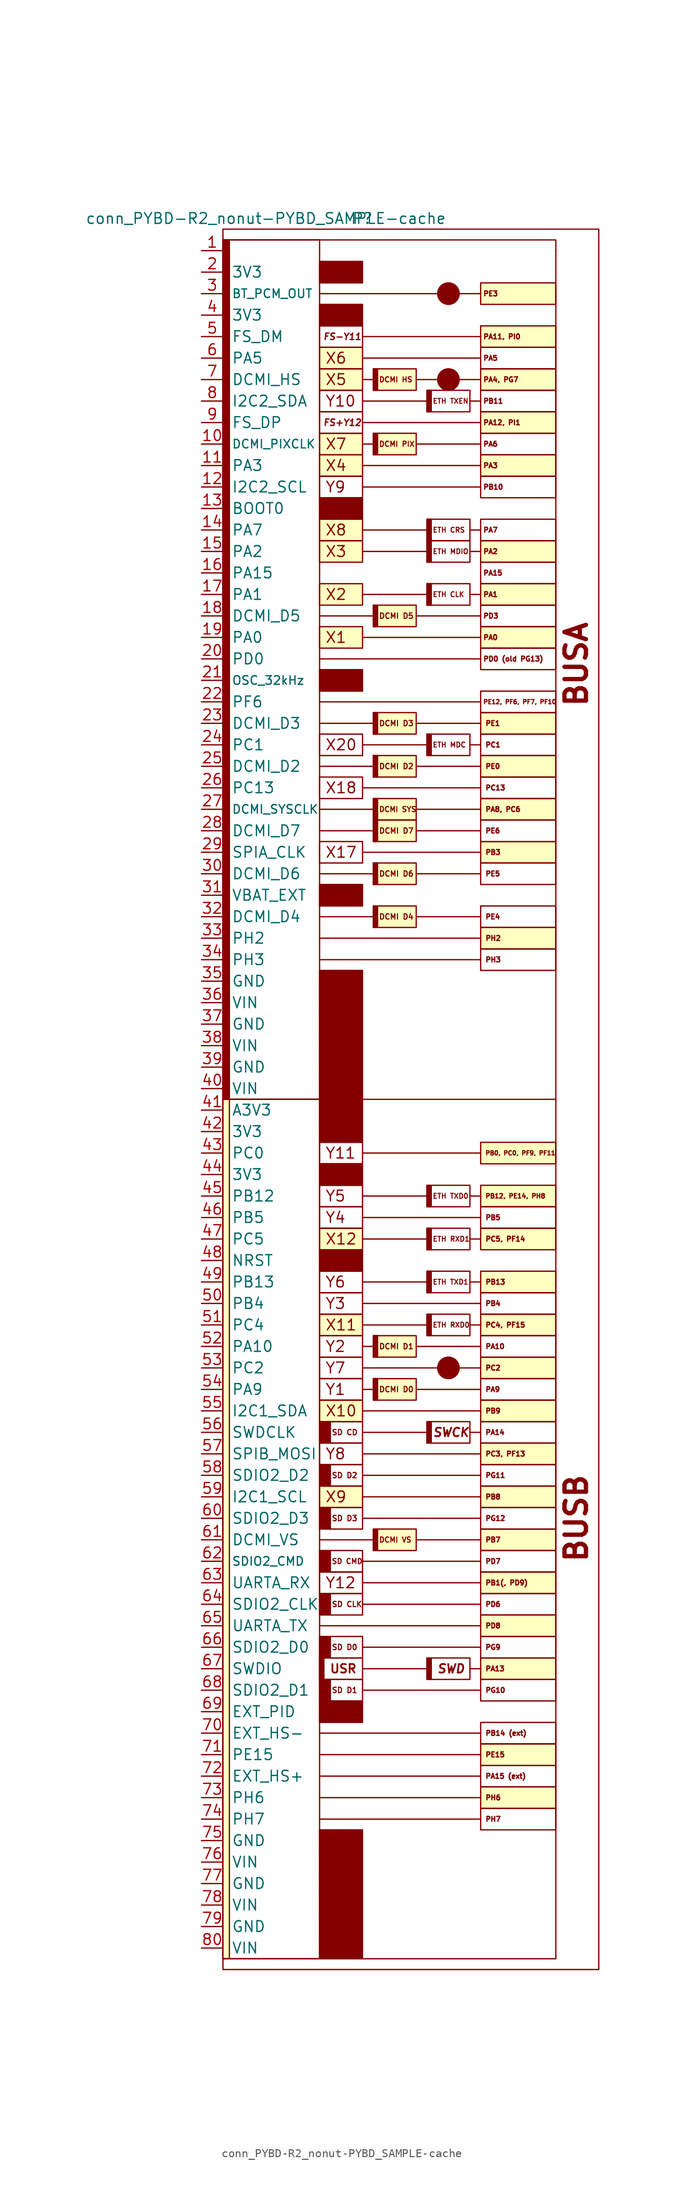
<source format=kicad_sym>
(kicad_symbol_lib
  (version 20220914)
  (generator kicad_symbol_editor)
  (symbol "conn_PYBD-R2_nonut-PYBD_SAMPLE-cache"
    (pin_names
      (offset 1.016))
    (property "Reference" "P"
      (at 5.08 104.14 0)
      (effects (font (size 1.27 1.27))))
    (property "Value" "conn_PYBD-R2_nonut-PYBD_SAMPLE-cache"
      (at -6.35 104.14 0)
      (effects (font (size 1.27 1.27))))
    (symbol "conn_PYBD-R2_nonut-PYBD_SAMPLE-cache_0_0"
      (polyline (pts (xy -11.43 -101.6) (xy 26.67 -101.6)) (stroke (width 0) (type solid)) (fill (type none)))
      (polyline (pts (xy 5.08 29.21) (xy 19.05 29.21)) (stroke (width 0) (type solid)) (fill (type none)))
      (polyline (pts (xy 5.08 36.83) (xy 19.05 36.83)) (stroke (width 0) (type solid)) (fill (type none)))
      (polyline (pts (xy 5.08 41.91) (xy 12.7 41.91)) (stroke (width 0) (type solid)) (fill (type none)))
      (polyline (pts (xy 26.67 0) (xy -11.43 0)) (stroke (width 0) (type solid)) (fill (type none)))
      (polyline (pts (xy 27.94 100.33) (xy 27.94 0)) (stroke (width 0) (type solid)) (fill (type none)))
      (polyline (pts (xy -11.43 101.6) (xy 27.94 101.6) (xy 27.94 100.33)) (stroke (width 0) (type solid)) (fill (type none)))
      (rectangle (start 0 30.48) (end 5.08 27.94) (stroke (width 0) (type solid)) (fill (type none)))
      (rectangle (start 0 38.1) (end 5.08 35.56) (stroke (width 0) (type solid)) (fill (type none)))
      (rectangle (start 0 43.18) (end 5.08 40.64) (stroke (width 0) (type solid)) (fill (type none)))
      (rectangle (start 1.27 -43.18) (end 5.08 -45.72) (stroke (width 0) (type solid)) (fill (type none)))
      (text "DCMI D0" (at 6.985 -34.29 0) (effects (font (size 0.635 0.635) bold) (justify left)))
      (text "FS+Y12" (at 0.381 80.01 0) (effects (font (size 0.762 0.762) italic) (justify left)))
      (text "FS-Y11" (at 0.381 90.17 0) (effects (font (size 0.762 0.762) italic) (justify left)))
      (text "SD D2" (at 1.397 -44.45 0) (effects (font (size 0.635 0.635) bold) (justify left)))
      (text "X1" (at 0.635 54.61 0) (effects (font (size 1.27 1.27)) (justify left)))
      (text "X10" (at 0.635 -36.83 0) (effects (font (size 1.27 1.27)) (justify left)))
      (text "X11" (at 0.635 -26.67 0) (effects (font (size 1.27 1.27)) (justify left)))
      (text "X12" (at 0.635 -16.51 0) (effects (font (size 1.27 1.27)) (justify left)))
      (text "X17" (at 0.635 29.21 0) (effects (font (size 1.27 1.27)) (justify left)))
      (text "X18" (at 0.635 36.83 0) (effects (font (size 1.27 1.27)) (justify left)))
      (text "X2" (at 0.635 59.69 0) (effects (font (size 1.27 1.27)) (justify left)))
      (text "X20" (at 0.635 41.91 0) (effects (font (size 1.27 1.27)) (justify left)))
      (text "X3" (at 0.635 64.77 0) (effects (font (size 1.27 1.27)) (justify left)))
      (text "X4" (at 0.635 74.93 0) (effects (font (size 1.27 1.27)) (justify left)))
      (text "X5" (at 0.635 85.09 0) (effects (font (size 1.27 1.27)) (justify left)))
      (text "X6" (at 0.635 87.63 0) (effects (font (size 1.27 1.27)) (justify left)))
      (text "X7" (at 0.635 77.47 0) (effects (font (size 1.27 1.27)) (justify left)))
      (text "X8" (at 0.635 67.31 0) (effects (font (size 1.27 1.27)) (justify left)))
      (text "X9" (at 0.635 -46.99 0) (effects (font (size 1.27 1.27)) (justify left)))
      (text "Y1" (at 0.635 -34.29 0) (effects (font (size 1.27 1.27)) (justify left)))
      (text "Y10" (at 0.635 82.55 0) (effects (font (size 1.27 1.27)) (justify left)))
      (text "Y11" (at 0.635 -6.35 0) (effects (font (size 1.27 1.27)) (justify left)))
      (text "Y12" (at 0.635 -57.15 0) (effects (font (size 1.27 1.27)) (justify left)))
      (text "Y2" (at 0.635 -29.21 0) (effects (font (size 1.27 1.27)) (justify left)))
      (text "Y3" (at 0.635 -24.13 0) (effects (font (size 1.27 1.27)) (justify left)))
      (text "Y4" (at 0.635 -13.97 0) (effects (font (size 1.27 1.27)) (justify left)))
      (text "Y5" (at 0.635 -11.43 0) (effects (font (size 1.27 1.27)) (justify left)))
      (text "Y6" (at 0.635 -21.59 0) (effects (font (size 1.27 1.27)) (justify left)))
      (text "Y7" (at 0.635 -31.75 0) (effects (font (size 1.27 1.27)) (justify left)))
      (text "Y8" (at 0.635 -41.91 0) (effects (font (size 1.27 1.27)) (justify left)))
      (text "Y9" (at 0.635 72.39 0) (effects (font (size 1.27 1.27)) (justify left))))
    (symbol "conn_PYBD-R2_nonut-PYBD_SAMPLE-cache_0_1"
      (rectangle (start 5.08 -58.42) (end 0 -55.88) (stroke (width 0) (type solid)) (fill (type none)))
      (rectangle (start 5.08 -48.26) (end 0 -45.72) (stroke (width 0) (type solid)) (fill (type background)))
      (rectangle (start 5.08 -43.18) (end 0 -40.64) (stroke (width 0) (type solid)) (fill (type none)))
      (rectangle (start 5.08 -38.1) (end 0 -35.56) (stroke (width 0) (type solid)) (fill (type background)))
      (rectangle (start 5.08 -35.56) (end 0 -33.02) (stroke (width 0) (type solid)) (fill (type none)))
      (rectangle (start 5.08 -33.02) (end 0 -30.48) (stroke (width 0) (type solid)) (fill (type none)))
      (rectangle (start 5.08 -30.48) (end 0 -27.94) (stroke (width 0) (type solid)) (fill (type none)))
      (rectangle (start 5.08 -27.94) (end 0 -25.4) (stroke (width 0) (type solid)) (fill (type background)))
      (rectangle (start 5.08 -25.4) (end 0 -22.86) (stroke (width 0) (type solid)) (fill (type none)))
      (rectangle (start 5.08 -22.86) (end 0 -20.32) (stroke (width 0) (type solid)) (fill (type none)))
      (rectangle (start 5.08 -17.78) (end 0 -15.24) (stroke (width 0) (type solid)) (fill (type background)))
      (rectangle (start 5.08 -15.24) (end 0 -12.7) (stroke (width 0) (type solid)) (fill (type none)))
      (rectangle (start 5.08 -12.7) (end 0 -10.16) (stroke (width 0) (type solid)) (fill (type none)))
      (rectangle (start 5.08 -7.62) (end 0 -5.08) (stroke (width 0) (type solid)) (fill (type none)))
      (rectangle (start 5.08 12.7) (end 0 15.24) (stroke (width 0) (type solid)) (fill (type outline)))
      (rectangle (start 5.08 22.86) (end 0 25.4) (stroke (width 0) (type solid)) (fill (type outline)))
      (rectangle (start 5.08 48.26) (end 0 50.8) (stroke (width 0) (type solid)) (fill (type outline)))
      (rectangle (start 5.08 58.42) (end 0 60.96) (stroke (width 0) (type solid)) (fill (type background)))
      (rectangle (start 5.08 63.5) (end 0 66.04) (stroke (width 0) (type solid)) (fill (type background)))
      (rectangle (start 5.08 66.04) (end 0 68.58) (stroke (width 0) (type solid)) (fill (type background)))
      (rectangle (start 5.08 68.58) (end 0 71.12) (stroke (width 0) (type solid)) (fill (type outline)))
      (rectangle (start 5.08 71.12) (end 0 73.66) (stroke (width 0) (type solid)) (fill (type none)))
      (rectangle (start 5.08 73.66) (end 0 76.2) (stroke (width 0) (type solid)) (fill (type background)))
      (rectangle (start 5.08 76.2) (end 0 78.74) (stroke (width 0) (type solid)) (fill (type background)))
      (rectangle (start 5.08 78.74) (end 0 81.28) (stroke (width 0) (type solid)) (fill (type none)))
      (rectangle (start 5.08 81.28) (end 0 83.82) (stroke (width 0) (type solid)) (fill (type none)))
      (rectangle (start 5.08 83.82) (end 0 86.36) (stroke (width 0) (type solid)) (fill (type background)))
      (rectangle (start 5.08 86.36) (end 0 88.9) (stroke (width 0) (type solid)) (fill (type background)))
      (rectangle (start 5.08 88.9) (end 0 91.44) (stroke (width 0) (type solid)) (fill (type none)))
      (rectangle (start 5.08 91.44) (end 0 93.98) (stroke (width 0) (type solid)) (fill (type outline)))
      (rectangle (start 5.08 96.52) (end 0 99.06) (stroke (width 0) (type solid)) (fill (type outline)))
      (rectangle (start 11.43 -35.56) (end 6.35 -33.02) (stroke (width 0) (type solid)) (fill (type background))))
    (symbol "conn_PYBD-R2_nonut-PYBD_SAMPLE-cache_1_0"
      (rectangle (start -11.43 0) (end -10.668 -101.6) (stroke (width 0) (type solid)) (fill (type background)))
      (rectangle (start -11.43 101.6) (end -10.668 0) (stroke (width 0) (type solid)) (fill (type outline)))
      (rectangle (start -11.43 101.6) (end 0 0) (stroke (width 0) (type solid)) (fill (type none)))
      (rectangle (start 0 -66.04) (end 0.508 -68.58) (stroke (width 0) (type solid)) (fill (type outline)))
      (rectangle (start 0 0) (end -11.43 -101.6) (stroke (width 0) (type solid)) (fill (type none)))
      (polyline (pts (xy 0 -82.55) (xy 19.05 -82.55)) (stroke (width 0) (type solid)) (fill (type none)))
      (polyline (pts (xy 0 -52.07) (xy 6.35 -52.07)) (stroke (width 0) (type solid)) (fill (type none)))
      (polyline (pts (xy 0 19.05) (xy 19.05 19.05)) (stroke (width 0) (type solid)) (fill (type none)))
      (polyline (pts (xy 0 34.29) (xy 6.35 34.29)) (stroke (width 0) (type solid)) (fill (type none)))
      (polyline (pts (xy 0 39.37) (xy 6.35 39.37)) (stroke (width 0) (type solid)) (fill (type none)))
      (polyline (pts (xy 0 44.45) (xy 6.35 44.45)) (stroke (width 0) (type solid)) (fill (type none)))
      (polyline (pts (xy 0 52.07) (xy 19.05 52.07)) (stroke (width 0) (type solid)) (fill (type none)))
      (polyline (pts (xy 0 95.25) (xy 19.05 95.25)) (stroke (width 0) (type solid)) (fill (type none)))
      (polyline (pts (xy 5.08 -69.85) (xy 19.05 -69.85)) (stroke (width 0) (type solid)) (fill (type none)))
      (polyline (pts (xy 5.08 -64.77) (xy 19.05 -64.77)) (stroke (width 0) (type solid)) (fill (type none)))
      (polyline (pts (xy 5.08 -57.15) (xy 19.05 -57.15)) (stroke (width 0) (type solid)) (fill (type none)))
      (polyline (pts (xy 5.08 -54.61) (xy 19.05 -54.61)) (stroke (width 0) (type solid)) (fill (type none)))
      (polyline (pts (xy 5.08 -46.99) (xy 19.05 -46.99)) (stroke (width 0) (type solid)) (fill (type none)))
      (polyline (pts (xy 5.08 -41.91) (xy 19.05 -41.91)) (stroke (width 0) (type solid)) (fill (type none)))
      (polyline (pts (xy 5.08 -36.83) (xy 19.05 -36.83)) (stroke (width 0) (type solid)) (fill (type none)))
      (polyline (pts (xy 5.08 -31.75) (xy 19.05 -31.75)) (stroke (width 0) (type solid)) (fill (type none)))
      (polyline (pts (xy 5.08 -26.67) (xy 12.7 -26.67)) (stroke (width 0) (type solid)) (fill (type none)))
      (polyline (pts (xy 5.08 -21.59) (xy 12.7 -21.59)) (stroke (width 0) (type solid)) (fill (type none)))
      (polyline (pts (xy 5.08 -13.97) (xy 19.05 -13.97)) (stroke (width 0) (type solid)) (fill (type none)))
      (polyline (pts (xy 5.08 -6.35) (xy 19.05 -6.35)) (stroke (width 0) (type solid)) (fill (type none)))
      (polyline (pts (xy 5.08 59.69) (xy 12.7 59.69)) (stroke (width 0) (type solid)) (fill (type none)))
      (polyline (pts (xy 5.08 67.31) (xy 12.7 67.31)) (stroke (width 0) (type solid)) (fill (type none)))
      (polyline (pts (xy 5.08 72.39) (xy 19.05 72.39)) (stroke (width 0) (type solid)) (fill (type none)))
      (polyline (pts (xy 5.08 77.47) (xy 6.35 77.47)) (stroke (width 0) (type solid)) (fill (type none)))
      (polyline (pts (xy 5.08 80.01) (xy 19.05 80.01)) (stroke (width 0) (type solid)) (fill (type none)))
      (polyline (pts (xy 5.08 85.09) (xy 6.35 85.09)) (stroke (width 0) (type solid)) (fill (type none)))
      (polyline (pts (xy 5.08 87.63) (xy 19.05 87.63)) (stroke (width 0) (type solid)) (fill (type none)))
      (polyline (pts (xy 5.08 90.17) (xy 19.05 90.17)) (stroke (width 0) (type solid)) (fill (type none)))
      (polyline (pts (xy 6.35 -34.29) (xy 5.08 -34.29)) (stroke (width 0) (type solid)) (fill (type none)))
      (polyline (pts (xy 6.35 -29.21) (xy 5.08 -29.21)) (stroke (width 0) (type solid)) (fill (type none)))
      (polyline (pts (xy 6.35 21.59) (xy 0 21.59)) (stroke (width 0) (type solid)) (fill (type none)))
      (polyline (pts (xy 6.35 26.67) (xy 0 26.67)) (stroke (width 0) (type solid)) (fill (type none)))
      (polyline (pts (xy 6.35 31.75) (xy 0 31.75)) (stroke (width 0) (type solid)) (fill (type none)))
      (polyline (pts (xy 6.35 57.15) (xy 0 57.15)) (stroke (width 0) (type solid)) (fill (type none)))
      (polyline (pts (xy 11.43 -52.07) (xy 19.05 -52.07)) (stroke (width 0) (type solid)) (fill (type none)))
      (polyline (pts (xy 11.43 34.29) (xy 19.05 34.29)) (stroke (width 0) (type solid)) (fill (type none)))
      (polyline (pts (xy 11.43 39.37) (xy 19.05 39.37)) (stroke (width 0) (type solid)) (fill (type none)))
      (polyline (pts (xy 11.43 44.45) (xy 19.05 44.45)) (stroke (width 0) (type solid)) (fill (type none)))
      (polyline (pts (xy 11.43 77.47) (xy 19.05 77.47)) (stroke (width 0) (type solid)) (fill (type none)))
      (polyline (pts (xy 11.43 85.09) (xy 19.05 85.09)) (stroke (width 0) (type solid)) (fill (type none)))
      (polyline (pts (xy 12.7 -67.31) (xy 5.08 -67.31)) (stroke (width 0) (type solid)) (fill (type none)))
      (polyline (pts (xy 12.7 -39.37) (xy 5.08 -39.37)) (stroke (width 0) (type solid)) (fill (type none)))
      (polyline (pts (xy 12.7 -16.51) (xy 5.08 -16.51)) (stroke (width 0) (type solid)) (fill (type none)))
      (polyline (pts (xy 12.7 -11.43) (xy 5.08 -11.43)) (stroke (width 0) (type solid)) (fill (type none)))
      (polyline (pts (xy 12.7 64.77) (xy 5.08 64.77)) (stroke (width 0) (type solid)) (fill (type none)))
      (polyline (pts (xy 12.7 82.55) (xy 5.08 82.55)) (stroke (width 0) (type solid)) (fill (type none)))
      (polyline (pts (xy 17.78 -26.67) (xy 19.05 -26.67)) (stroke (width 0) (type solid)) (fill (type none)))
      (polyline (pts (xy 17.78 -21.59) (xy 19.05 -21.59)) (stroke (width 0) (type solid)) (fill (type none)))
      (polyline (pts (xy 17.78 64.77) (xy 19.05 64.77)) (stroke (width 0) (type solid)) (fill (type none)))
      (polyline (pts (xy 19.05 -85.09) (xy 0 -85.09)) (stroke (width 0) (type solid)) (fill (type none)))
      (polyline (pts (xy 19.05 -80.01) (xy 0 -80.01)) (stroke (width 0) (type solid)) (fill (type none)))
      (polyline (pts (xy 19.05 -77.47) (xy 0 -77.47)) (stroke (width 0) (type solid)) (fill (type none)))
      (polyline (pts (xy 19.05 -74.93) (xy 0 -74.93)) (stroke (width 0) (type solid)) (fill (type none)))
      (polyline (pts (xy 19.05 -67.31) (xy 17.78 -67.31)) (stroke (width 0) (type solid)) (fill (type none)))
      (polyline (pts (xy 19.05 -62.23) (xy 0 -62.23)) (stroke (width 0) (type solid)) (fill (type none)))
      (polyline (pts (xy 19.05 -59.69) (xy 5.08 -59.69)) (stroke (width 0) (type solid)) (fill (type none)))
      (polyline (pts (xy 19.05 -49.53) (xy 5.08 -49.53)) (stroke (width 0) (type solid)) (fill (type none)))
      (polyline (pts (xy 19.05 -44.45) (xy 5.08 -44.45)) (stroke (width 0) (type solid)) (fill (type none)))
      (polyline (pts (xy 19.05 -39.37) (xy 17.78 -39.37)) (stroke (width 0) (type solid)) (fill (type none)))
      (polyline (pts (xy 19.05 -34.29) (xy 11.43 -34.29)) (stroke (width 0) (type solid)) (fill (type none)))
      (polyline (pts (xy 19.05 -29.21) (xy 11.43 -29.21)) (stroke (width 0) (type solid)) (fill (type none)))
      (polyline (pts (xy 19.05 -24.13) (xy 5.08 -24.13)) (stroke (width 0) (type solid)) (fill (type none)))
      (polyline (pts (xy 19.05 -16.51) (xy 17.78 -16.51)) (stroke (width 0) (type solid)) (fill (type none)))
      (polyline (pts (xy 19.05 -11.43) (xy 17.78 -11.43)) (stroke (width 0) (type solid)) (fill (type none)))
      (polyline (pts (xy 19.05 16.51) (xy 0 16.51)) (stroke (width 0) (type solid)) (fill (type none)))
      (polyline (pts (xy 19.05 21.59) (xy 11.43 21.59)) (stroke (width 0) (type solid)) (fill (type none)))
      (polyline (pts (xy 19.05 26.67) (xy 11.43 26.67)) (stroke (width 0) (type solid)) (fill (type none)))
      (polyline (pts (xy 19.05 31.75) (xy 11.43 31.75)) (stroke (width 0) (type solid)) (fill (type none)))
      (polyline (pts (xy 19.05 41.91) (xy 17.78 41.91)) (stroke (width 0) (type solid)) (fill (type none)))
      (polyline (pts (xy 19.05 46.99) (xy 0 46.99)) (stroke (width 0) (type solid)) (fill (type none)))
      (polyline (pts (xy 19.05 54.61) (xy 5.08 54.61)) (stroke (width 0) (type solid)) (fill (type none)))
      (polyline (pts (xy 19.05 57.15) (xy 11.43 57.15)) (stroke (width 0) (type solid)) (fill (type none)))
      (polyline (pts (xy 19.05 59.69) (xy 17.78 59.69)) (stroke (width 0) (type solid)) (fill (type none)))
      (polyline (pts (xy 19.05 67.31) (xy 17.78 67.31)) (stroke (width 0) (type solid)) (fill (type none)))
      (polyline (pts (xy 19.05 74.93) (xy 5.08 74.93)) (stroke (width 0) (type solid)) (fill (type none)))
      (polyline (pts (xy 19.05 82.55) (xy 17.78 82.55)) (stroke (width 0) (type solid)) (fill (type none)))
      (rectangle (start 0 55.88) (end 5.08 53.34) (stroke (width 0) (type solid)) (fill (type background)))
      (rectangle (start 1.27 -68.58) (end 5.08 -71.12) (stroke (width 0) (type solid)) (fill (type none)))
      (rectangle (start 1.27 -63.5) (end 5.08 -66.04) (stroke (width 0) (type solid)) (fill (type none)))
      (rectangle (start 1.27 -58.42) (end 5.08 -60.96) (stroke (width 0) (type solid)) (fill (type none)))
      (rectangle (start 1.27 -53.34) (end 5.08 -55.88) (stroke (width 0) (type solid)) (fill (type none)))
      (rectangle (start 1.27 -48.26) (end 5.08 -50.8) (stroke (width 0) (type solid)) (fill (type none)))
      (rectangle (start 1.27 -38.1) (end 5.08 -40.64) (stroke (width 0) (type solid)) (fill (type none)))
      (rectangle (start 6.35 -50.8) (end 6.858 -53.34) (stroke (width 0) (type solid)) (fill (type outline)))
      (rectangle (start 6.35 -33.02) (end 6.858 -35.56) (stroke (width 0) (type solid)) (fill (type outline)))
      (rectangle (start 6.35 -27.94) (end 6.858 -30.48) (stroke (width 0) (type solid)) (fill (type outline)))
      (rectangle (start 6.35 22.86) (end 6.858 20.32) (stroke (width 0) (type solid)) (fill (type outline)))
      (rectangle (start 6.35 27.94) (end 6.858 25.4) (stroke (width 0) (type solid)) (fill (type outline)))
      (rectangle (start 6.35 33.02) (end 6.858 30.48) (stroke (width 0) (type solid)) (fill (type outline)))
      (rectangle (start 6.35 35.56) (end 6.858 33.02) (stroke (width 0) (type solid)) (fill (type outline)))
      (rectangle (start 6.35 40.64) (end 6.858 38.1) (stroke (width 0) (type solid)) (fill (type outline)))
      (rectangle (start 6.35 45.72) (end 6.858 43.18) (stroke (width 0) (type solid)) (fill (type outline)))
      (rectangle (start 6.35 58.42) (end 6.858 55.88) (stroke (width 0) (type solid)) (fill (type outline)))
      (rectangle (start 6.35 78.74) (end 6.858 76.2) (stroke (width 0) (type solid)) (fill (type outline)))
      (rectangle (start 6.35 86.36) (end 6.858 83.82) (stroke (width 0) (type solid)) (fill (type outline)))
      (rectangle (start 12.7 -66.04) (end 13.208 -68.58) (stroke (width 0) (type solid)) (fill (type outline)))
      (rectangle (start 12.7 -38.1) (end 13.208 -40.64) (stroke (width 0) (type solid)) (fill (type outline)))
      (rectangle (start 12.7 -25.4) (end 13.208 -27.94) (stroke (width 0) (type solid)) (fill (type outline)))
      (rectangle (start 12.7 -20.32) (end 13.208 -22.86) (stroke (width 0) (type solid)) (fill (type outline)))
      (rectangle (start 12.7 -15.24) (end 13.208 -17.78) (stroke (width 0) (type solid)) (fill (type outline)))
      (rectangle (start 12.7 -10.16) (end 13.208 -12.7) (stroke (width 0) (type solid)) (fill (type outline)))
      (rectangle (start 12.7 43.18) (end 13.208 40.64) (stroke (width 0) (type solid)) (fill (type outline)))
      (rectangle (start 12.7 60.96) (end 13.208 58.42) (stroke (width 0) (type solid)) (fill (type outline)))
      (rectangle (start 12.7 66.04) (end 13.208 63.5) (stroke (width 0) (type solid)) (fill (type outline)))
      (rectangle (start 12.7 68.58) (end 13.208 66.04) (stroke (width 0) (type solid)) (fill (type outline)))
      (rectangle (start 12.7 83.82) (end 13.208 81.28) (stroke (width 0) (type solid)) (fill (type outline)))
      (circle (center 15.24 -31.75) (radius 1.27) (stroke (width 0) (type solid)) (fill (type outline)))
      (circle (center 15.24 85.09) (radius 1.27) (stroke (width 0) (type solid)) (fill (type outline)))
      (circle (center 15.24 95.25) (radius 1.27) (stroke (width 0) (type solid)) (fill (type outline)))
      (rectangle (start 19.05 -83.82) (end 27.94 -86.36) (stroke (width 0) (type solid)) (fill (type none)))
      (rectangle (start 19.05 -81.28) (end 27.94 -83.82) (stroke (width 0) (type solid)) (fill (type background)))
      (rectangle (start 19.05 -78.74) (end 27.94 -81.28) (stroke (width 0) (type solid)) (fill (type none)))
      (rectangle (start 19.05 -76.2) (end 27.94 -78.74) (stroke (width 0) (type solid)) (fill (type background)))
      (rectangle (start 19.05 -73.66) (end 27.94 -76.2) (stroke (width 0) (type solid)) (fill (type none)))
      (rectangle (start 19.05 -68.58) (end 27.94 -71.12) (stroke (width 0) (type solid)) (fill (type none)))
      (rectangle (start 19.05 -66.04) (end 27.94 -68.58) (stroke (width 0) (type solid)) (fill (type background)))
      (rectangle (start 19.05 -63.5) (end 27.94 -66.04) (stroke (width 0) (type solid)) (fill (type none)))
      (rectangle (start 19.05 -60.96) (end 27.94 -63.5) (stroke (width 0) (type solid)) (fill (type background)))
      (rectangle (start 19.05 -58.42) (end 27.94 -60.96) (stroke (width 0) (type solid)) (fill (type none)))
      (rectangle (start 19.05 -55.88) (end 27.94 -58.42) (stroke (width 0) (type solid)) (fill (type background)))
      (rectangle (start 19.05 -53.34) (end 27.94 -55.88) (stroke (width 0) (type solid)) (fill (type none)))
      (rectangle (start 19.05 -50.8) (end 27.94 -53.34) (stroke (width 0) (type solid)) (fill (type background)))
      (rectangle (start 19.05 -48.26) (end 27.94 -50.8) (stroke (width 0) (type solid)) (fill (type none)))
      (rectangle (start 19.05 -45.72) (end 27.94 -48.26) (stroke (width 0) (type solid)) (fill (type background)))
      (rectangle (start 19.05 -43.18) (end 27.94 -45.72) (stroke (width 0) (type solid)) (fill (type none)))
      (rectangle (start 19.05 -40.64) (end 27.94 -43.18) (stroke (width 0) (type solid)) (fill (type background)))
      (rectangle (start 19.05 -38.1) (end 27.94 -40.64) (stroke (width 0) (type solid)) (fill (type none)))
      (rectangle (start 19.05 -35.56) (end 27.94 -38.1) (stroke (width 0) (type solid)) (fill (type background)))
      (rectangle (start 19.05 -33.02) (end 27.94 -35.56) (stroke (width 0) (type solid)) (fill (type none)))
      (rectangle (start 19.05 -30.48) (end 27.94 -33.02) (stroke (width 0) (type solid)) (fill (type background)))
      (rectangle (start 19.05 -27.94) (end 27.94 -30.48) (stroke (width 0) (type solid)) (fill (type none)))
      (rectangle (start 19.05 -25.4) (end 27.94 -27.94) (stroke (width 0) (type solid)) (fill (type background)))
      (rectangle (start 19.05 -22.86) (end 27.94 -25.4) (stroke (width 0) (type solid)) (fill (type none)))
      (rectangle (start 19.05 -20.32) (end 27.94 -22.86) (stroke (width 0) (type solid)) (fill (type background)))
      (rectangle (start 19.05 -15.24) (end 27.94 -17.78) (stroke (width 0) (type solid)) (fill (type background)))
      (rectangle (start 19.05 -12.7) (end 27.94 -15.24) (stroke (width 0) (type solid)) (fill (type none)))
      (rectangle (start 19.05 -10.16) (end 27.94 -12.7) (stroke (width 0) (type solid)) (fill (type background)))
      (rectangle (start 19.05 -5.08) (end 27.94 -7.62) (stroke (width 0) (type solid)) (fill (type background)))
      (rectangle (start 19.05 17.78) (end 27.94 15.24) (stroke (width 0) (type solid)) (fill (type none)))
      (rectangle (start 19.05 20.32) (end 27.94 17.78) (stroke (width 0) (type solid)) (fill (type background)))
      (rectangle (start 19.05 22.86) (end 27.94 20.32) (stroke (width 0) (type solid)) (fill (type none)))
      (rectangle (start 19.05 27.94) (end 27.94 25.4) (stroke (width 0) (type solid)) (fill (type none)))
      (rectangle (start 19.05 30.48) (end 27.94 27.94) (stroke (width 0) (type solid)) (fill (type background)))
      (rectangle (start 19.05 33.02) (end 27.94 30.48) (stroke (width 0) (type solid)) (fill (type none)))
      (rectangle (start 19.05 35.56) (end 27.94 33.02) (stroke (width 0) (type solid)) (fill (type background)))
      (rectangle (start 19.05 38.1) (end 27.94 35.56) (stroke (width 0) (type solid)) (fill (type none)))
      (rectangle (start 19.05 40.64) (end 27.94 38.1) (stroke (width 0) (type solid)) (fill (type background)))
      (rectangle (start 19.05 43.18) (end 27.94 40.64) (stroke (width 0) (type solid)) (fill (type none)))
      (rectangle (start 19.05 45.72) (end 27.94 43.18) (stroke (width 0) (type solid)) (fill (type background)))
      (rectangle (start 19.05 48.26) (end 27.94 45.72) (stroke (width 0) (type solid)) (fill (type none)))
      (rectangle (start 19.05 53.34) (end 27.94 50.8) (stroke (width 0) (type solid)) (fill (type none)))
      (rectangle (start 19.05 55.88) (end 27.94 53.34) (stroke (width 0) (type solid)) (fill (type background)))
      (rectangle (start 19.05 58.42) (end 27.94 55.88) (stroke (width 0) (type solid)) (fill (type none)))
      (rectangle (start 19.05 60.96) (end 27.94 58.42) (stroke (width 0) (type solid)) (fill (type background)))
      (rectangle (start 19.05 63.5) (end 27.94 60.96) (stroke (width 0) (type solid)) (fill (type none)))
      (rectangle (start 19.05 66.04) (end 27.94 63.5) (stroke (width 0) (type solid)) (fill (type background)))
      (rectangle (start 19.05 68.58) (end 27.94 66.04) (stroke (width 0) (type solid)) (fill (type none)))
      (rectangle (start 19.05 73.66) (end 27.94 71.12) (stroke (width 0) (type solid)) (fill (type none)))
      (rectangle (start 19.05 76.2) (end 27.94 73.66) (stroke (width 0) (type solid)) (fill (type background)))
      (rectangle (start 19.05 78.74) (end 27.94 76.2) (stroke (width 0) (type solid)) (fill (type none)))
      (rectangle (start 19.05 81.28) (end 27.94 78.74) (stroke (width 0) (type solid)) (fill (type background)))
      (rectangle (start 19.05 83.82) (end 27.94 81.28) (stroke (width 0) (type solid)) (fill (type none)))
      (rectangle (start 19.05 86.36) (end 27.94 83.82) (stroke (width 0) (type solid)) (fill (type background)))
      (rectangle (start 19.05 88.9) (end 27.94 86.36) (stroke (width 0) (type solid)) (fill (type none)))
      (rectangle (start 19.05 91.44) (end 27.94 88.9) (stroke (width 0) (type solid)) (fill (type background)))
      (rectangle (start 19.05 96.52) (end 27.94 93.98) (stroke (width 0) (type solid)) (fill (type background)))
      (text "BUSA" (at 30.353 51.435 900) (effects (font (size 2.54 2.54) bold)))
      (text "BUSB" (at 30.353 -49.53 900) (effects (font (size 2.54 2.54) bold)))
      (text "DCMI D1" (at 6.985 -29.21 0) (effects (font (size 0.635 0.635) bold) (justify left)))
      (text "DCMI D2" (at 6.985 39.37 0) (effects (font (size 0.635 0.635) bold) (justify left)))
      (text "DCMI D3" (at 6.985 44.45 0) (effects (font (size 0.635 0.635) bold) (justify left)))
      (text "DCMI D4" (at 6.985 21.59 0) (effects (font (size 0.635 0.635) bold) (justify left)))
      (text "DCMI D5" (at 6.985 57.15 0) (effects (font (size 0.635 0.635) bold) (justify left)))
      (text "DCMI D6" (at 6.985 26.67 0) (effects (font (size 0.635 0.635) bold) (justify left)))
      (text "DCMI D7" (at 6.985 31.75 0) (effects (font (size 0.635 0.635) bold) (justify left)))
      (text "DCMI HS" (at 6.985 85.09 0) (effects (font (size 0.61 0.61) bold) (justify left)))
      (text "DCMI PIX" (at 6.985 77.47 0) (effects (font (size 0.61 0.61) bold) (justify left)))
      (text "DCMI SYS" (at 6.985 34.29 0) (effects (font (size 0.61 0.61) bold) (justify left)))
      (text "DCMI VS" (at 6.985 -52.07 0) (effects (font (size 0.61 0.61) bold) (justify left)))
      (text "ETH CLK" (at 13.335 59.69 0) (effects (font (size 0.584 0.584) bold) (justify left)))
      (text "ETH CRS" (at 13.335 67.31 0) (effects (font (size 0.584 0.584) bold) (justify left)))
      (text "ETH MDC" (at 13.335 41.91 0) (effects (font (size 0.584 0.584) bold) (justify left)))
      (text "ETH MDIO" (at 13.335 64.77 0) (effects (font (size 0.584 0.584) bold) (justify left)))
      (text "ETH RXD0" (at 13.335 -26.67 0) (effects (font (size 0.584 0.584) bold) (justify left)))
      (text "ETH RXD1" (at 13.335 -16.51 0) (effects (font (size 0.584 0.584) bold) (justify left)))
      (text "ETH TXD0" (at 13.335 -11.43 0) (effects (font (size 0.584 0.584) bold) (justify left)))
      (text "ETH TXD1" (at 13.335 -21.59 0) (effects (font (size 0.584 0.584) bold) (justify left)))
      (text "ETH TXEN" (at 13.335 82.55 0) (effects (font (size 0.584 0.584) bold) (justify left)))
      (text "PA0" (at 19.304 54.61 0) (effects (font (size 0.584 0.584)) (justify left)))
      (text "PA1" (at 19.304 59.69 0) (effects (font (size 0.584 0.584)) (justify left)))
      (text "PA10" (at 19.558 -29.21 0) (effects (font (size 0.584 0.584)) (justify left)))
      (text "PA11, PI0" (at 19.304 90.17 0) (effects (font (size 0.584 0.584)) (justify left)))
      (text "PA12, PI1" (at 19.304 80.01 0) (effects (font (size 0.584 0.584)) (justify left)))
      (text "PA13" (at 19.558 -67.31 0) (effects (font (size 0.584 0.584)) (justify left)))
      (text "PA14" (at 19.558 -39.37 0) (effects (font (size 0.584 0.584)) (justify left)))
      (text "PA15" (at 19.304 62.23 0) (effects (font (size 0.584 0.584)) (justify left)))
      (text "PA15 (ext)" (at 19.558 -80.01 0) (effects (font (size 0.584 0.584)) (justify left)))
      (text "PA2" (at 19.304 64.77 0) (effects (font (size 0.584 0.584)) (justify left)))
      (text "PA3" (at 19.304 74.93 0) (effects (font (size 0.584 0.584)) (justify left)))
      (text "PA4, PG7" (at 19.304 85.09 0) (effects (font (size 0.584 0.584)) (justify left)))
      (text "PA5" (at 19.304 87.63 0) (effects (font (size 0.584 0.584)) (justify left)))
      (text "PA6" (at 19.304 77.47 0) (effects (font (size 0.584 0.584)) (justify left)))
      (text "PA7" (at 19.304 67.31 0) (effects (font (size 0.584 0.584)) (justify left)))
      (text "PA8, PC6" (at 19.558 34.29 0) (effects (font (size 0.584 0.584)) (justify left)))
      (text "PA9" (at 19.558 -34.29 0) (effects (font (size 0.584 0.584)) (justify left)))
      (text "PB0, PC0, PF9, PF11" (at 19.558 -6.35 0) (effects (font (size 0.508 0.508)) (justify left)))
      (text "PB1(, PD9)" (at 19.558 -57.15 0) (effects (font (size 0.584 0.584)) (justify left)))
      (text "PB10" (at 19.304 72.39 0) (effects (font (size 0.584 0.584)) (justify left)))
      (text "PB11" (at 19.304 82.55 0) (effects (font (size 0.584 0.584)) (justify left)))
      (text "PB12, PE14, PH8" (at 19.558 -11.43 0) (effects (font (size 0.533 0.533)) (justify left)))
      (text "PB13" (at 19.558 -21.59 0) (effects (font (size 0.584 0.584)) (justify left)))
      (text "PB14 (ext)" (at 19.558 -74.93 0) (effects (font (size 0.584 0.584)) (justify left)))
      (text "PB3" (at 19.558 29.21 0) (effects (font (size 0.584 0.584)) (justify left)))
      (text "PB4" (at 19.558 -24.13 0) (effects (font (size 0.584 0.584)) (justify left)))
      (text "PB5" (at 19.558 -13.97 0) (effects (font (size 0.584 0.584)) (justify left)))
      (text "PB7" (at 19.558 -52.07 0) (effects (font (size 0.584 0.584)) (justify left)))
      (text "PB8" (at 19.558 -46.99 0) (effects (font (size 0.584 0.584)) (justify left)))
      (text "PB9" (at 19.558 -36.83 0) (effects (font (size 0.584 0.584)) (justify left)))
      (text "PC1" (at 19.558 41.91 0) (effects (font (size 0.584 0.584)) (justify left)))
      (text "PC13" (at 19.558 36.83 0) (effects (font (size 0.584 0.584)) (justify left)))
      (text "PC2" (at 19.558 -31.75 0) (effects (font (size 0.584 0.584)) (justify left)))
      (text "PC3, PF13" (at 19.558 -41.91 0) (effects (font (size 0.584 0.584)) (justify left)))
      (text "PC4, PF15" (at 19.558 -26.67 0) (effects (font (size 0.584 0.584)) (justify left)))
      (text "PC5, PF14" (at 19.558 -16.51 0) (effects (font (size 0.584 0.584)) (justify left)))
      (text "PD0 (old PG13)" (at 19.304 52.07 0) (effects (font (size 0.584 0.584)) (justify left)))
      (text "PD3" (at 19.304 57.15 0) (effects (font (size 0.584 0.584)) (justify left)))
      (text "PD6" (at 19.558 -59.69 0) (effects (font (size 0.584 0.584)) (justify left)))
      (text "PD7" (at 19.558 -54.61 0) (effects (font (size 0.584 0.584)) (justify left)))
      (text "PD8" (at 19.558 -62.23 0) (effects (font (size 0.584 0.584)) (justify left)))
      (text "PE0" (at 19.558 39.37 0) (effects (font (size 0.584 0.584)) (justify left)))
      (text "PE1" (at 19.558 44.45 0) (effects (font (size 0.584 0.584)) (justify left)))
      (text "PE12, PF6, PF7, PF10" (at 19.304 46.99 0) (effects (font (size 0.508 0.508)) (justify left)))
      (text "PE15" (at 19.558 -77.47 0) (effects (font (size 0.584 0.584)) (justify left)))
      (text "PE3" (at 19.304 95.25 0) (effects (font (size 0.584 0.584)) (justify left)))
      (text "PE4" (at 19.558 21.59 0) (effects (font (size 0.584 0.584)) (justify left)))
      (text "PE5" (at 19.558 26.67 0) (effects (font (size 0.584 0.584)) (justify left)))
      (text "PE6" (at 19.558 31.75 0) (effects (font (size 0.584 0.584)) (justify left)))
      (text "PG10" (at 19.558 -69.85 0) (effects (font (size 0.584 0.584)) (justify left)))
      (text "PG11" (at 19.558 -44.45 0) (effects (font (size 0.584 0.584)) (justify left)))
      (text "PG12" (at 19.558 -49.53 0) (effects (font (size 0.584 0.584)) (justify left)))
      (text "PG9" (at 19.558 -64.77 0) (effects (font (size 0.584 0.584)) (justify left)))
      (text "PH2" (at 19.558 19.05 0) (effects (font (size 0.584 0.584)) (justify left)))
      (text "PH3" (at 19.558 16.51 0) (effects (font (size 0.584 0.584)) (justify left)))
      (text "PH6" (at 19.558 -82.55 0) (effects (font (size 0.584 0.584)) (justify left)))
      (text "PH7" (at 19.558 -85.09 0) (effects (font (size 0.584 0.584)) (justify left)))
      (text "SD CD" (at 1.397 -39.37 0) (effects (font (size 0.635 0.635) bold) (justify left)))
      (text "SD CLK" (at 1.397 -59.69 0) (effects (font (size 0.635 0.635) bold) (justify left)))
      (text "SD CMD" (at 1.397 -54.61 0) (effects (font (size 0.61 0.61) bold) (justify left)))
      (text "SD D0" (at 1.397 -64.77 0) (effects (font (size 0.635 0.635) bold) (justify left)))
      (text "SD D1" (at 1.397 -69.85 0) (effects (font (size 0.635 0.635) bold) (justify left)))
      (text "SD D3" (at 1.397 -49.53 0) (effects (font (size 0.635 0.635) bold) (justify left)))
      (text "SWCK" (at 13.335 -39.37 0) (effects (font (size 1.016 1.016) bold italic) (justify left)))
      (text "SWD" (at 13.843 -67.31 0) (effects (font (size 1.016 1.016) bold italic) (justify left)))
      (text "USR" (at 1.143 -67.31 0) (effects (font (size 1.016 1.016) bold) (justify left))))
    (symbol "conn_PYBD-R2_nonut-PYBD_SAMPLE-cache_1_1"
      (polyline (pts (xy 26.67 -101.6) (xy 27.94 -101.6) (xy 27.94 0) (xy 26.67 0)) (stroke (width 0) (type solid)) (fill (type none)))
      (rectangle (start 1.27 -71.12) (end 0 -68.58) (stroke (width 0) (type solid)) (fill (type outline)))
      (rectangle (start 1.27 -66.04) (end 0 -63.5) (stroke (width 0) (type solid)) (fill (type outline)))
      (rectangle (start 1.27 -60.96) (end 0 -58.42) (stroke (width 0) (type solid)) (fill (type outline)))
      (rectangle (start 1.27 -55.88) (end 0 -53.34) (stroke (width 0) (type solid)) (fill (type outline)))
      (rectangle (start 1.27 -50.8) (end 0 -48.26) (stroke (width 0) (type solid)) (fill (type outline)))
      (rectangle (start 1.27 -45.72) (end 0 -43.18) (stroke (width 0) (type solid)) (fill (type outline)))
      (rectangle (start 1.27 -40.64) (end 0 -38.1) (stroke (width 0) (type solid)) (fill (type outline)))
      (rectangle (start 5.08 -101.6) (end 0 -99.06) (stroke (width 0) (type solid)) (fill (type outline)))
      (rectangle (start 5.08 -99.06) (end 0 -96.52) (stroke (width 0) (type solid)) (fill (type outline)))
      (rectangle (start 5.08 -96.52) (end 0 -93.98) (stroke (width 0) (type solid)) (fill (type outline)))
      (rectangle (start 5.08 -93.98) (end 0 -91.44) (stroke (width 0) (type solid)) (fill (type outline)))
      (rectangle (start 5.08 -91.44) (end 0 -88.9) (stroke (width 0) (type solid)) (fill (type outline)))
      (rectangle (start 5.08 -88.9) (end 0 -86.36) (stroke (width 0) (type solid)) (fill (type outline)))
      (rectangle (start 5.08 -73.66) (end 0 -71.12) (stroke (width 0) (type solid)) (fill (type outline)))
      (rectangle (start 5.08 -68.58) (end 0 -66.04) (stroke (width 0) (type solid)) (fill (type none)))
      (rectangle (start 5.08 -20.32) (end 0 -17.78) (stroke (width 0) (type solid)) (fill (type outline)))
      (rectangle (start 5.08 -10.16) (end 0 -7.62) (stroke (width 0) (type solid)) (fill (type outline)))
      (rectangle (start 5.08 -5.08) (end 0 -2.54) (stroke (width 0) (type solid)) (fill (type outline)))
      (rectangle (start 5.08 -2.54) (end 0 0) (stroke (width 0) (type solid)) (fill (type outline)))
      (rectangle (start 5.08 0) (end 0 2.54) (stroke (width 0) (type solid)) (fill (type outline)))
      (rectangle (start 5.08 2.54) (end 0 5.08) (stroke (width 0) (type solid)) (fill (type outline)))
      (rectangle (start 5.08 5.08) (end 0 7.62) (stroke (width 0) (type solid)) (fill (type outline)))
      (rectangle (start 5.08 7.62) (end 0 10.16) (stroke (width 0) (type solid)) (fill (type outline)))
      (rectangle (start 5.08 10.16) (end 0 12.7) (stroke (width 0) (type solid)) (fill (type outline)))
      (rectangle (start 11.43 -53.34) (end 6.35 -50.8) (stroke (width 0) (type solid)) (fill (type background)))
      (rectangle (start 11.43 -30.48) (end 6.35 -27.94) (stroke (width 0) (type solid)) (fill (type background)))
      (rectangle (start 11.43 20.32) (end 6.35 22.86) (stroke (width 0) (type solid)) (fill (type background)))
      (rectangle (start 11.43 25.4) (end 6.35 27.94) (stroke (width 0) (type solid)) (fill (type background)))
      (rectangle (start 11.43 30.48) (end 6.35 33.02) (stroke (width 0) (type solid)) (fill (type background)))
      (rectangle (start 11.43 33.02) (end 6.35 35.56) (stroke (width 0) (type solid)) (fill (type background)))
      (rectangle (start 11.43 38.1) (end 6.35 40.64) (stroke (width 0) (type solid)) (fill (type background)))
      (rectangle (start 11.43 43.18) (end 6.35 45.72) (stroke (width 0) (type solid)) (fill (type background)))
      (rectangle (start 11.43 55.88) (end 6.35 58.42) (stroke (width 0) (type solid)) (fill (type background)))
      (rectangle (start 11.43 76.2) (end 6.35 78.74) (stroke (width 0) (type solid)) (fill (type background)))
      (rectangle (start 11.43 83.82) (end 6.35 86.36) (stroke (width 0) (type solid)) (fill (type background)))
      (rectangle (start 17.78 -68.58) (end 12.7 -66.04) (stroke (width 0) (type solid)) (fill (type none)))
      (rectangle (start 17.78 -40.64) (end 12.7 -38.1) (stroke (width 0) (type solid)) (fill (type none)))
      (rectangle (start 17.78 -27.94) (end 12.7 -25.4) (stroke (width 0) (type solid)) (fill (type none)))
      (rectangle (start 17.78 -22.86) (end 12.7 -20.32) (stroke (width 0) (type solid)) (fill (type none)))
      (rectangle (start 17.78 -17.78) (end 12.7 -15.24) (stroke (width 0) (type solid)) (fill (type none)))
      (rectangle (start 17.78 -12.7) (end 12.7 -10.16) (stroke (width 0) (type solid)) (fill (type none)))
      (rectangle (start 17.78 40.64) (end 12.7 43.18) (stroke (width 0) (type solid)) (fill (type none)))
      (rectangle (start 17.78 58.42) (end 12.7 60.96) (stroke (width 0) (type solid)) (fill (type none)))
      (rectangle (start 17.78 63.5) (end 12.7 66.04) (stroke (width 0) (type solid)) (fill (type none)))
      (rectangle (start 17.78 66.04) (end 12.7 68.58) (stroke (width 0) (type solid)) (fill (type none)))
      (rectangle (start 17.78 81.28) (end 12.7 83.82) (stroke (width 0) (type solid)) (fill (type none)))
      (rectangle (start 33.02 -102.87) (end -11.43 102.87) (stroke (width 0) (type solid)) (fill (type none)))
      (pin passive line (at -13.97 100.33 0) (length 2.54) (name "~" (effects (font (size 1.27 1.27)))) (number "1" (effects (font (size 1.27 1.27)))))
      (pin bidirectional line (at -13.97 77.47 0) (length 2.54) (name "DCMI_PIXCLK" (effects (font (size 1.016 1.016)))) (number "10" (effects (font (size 1.27 1.27)))))
      (pin bidirectional line (at -13.97 74.93 0) (length 2.54) (name "PA3" (effects (font (size 1.27 1.27)))) (number "11" (effects (font (size 1.27 1.27)))))
      (pin bidirectional line (at -13.97 72.39 0) (length 2.54) (name "I2C2_SCL" (effects (font (size 1.27 1.27)))) (number "12" (effects (font (size 1.27 1.27)))))
      (pin input line (at -13.97 69.85 0) (length 2.54) (name "BOOT0" (effects (font (size 1.27 1.27)))) (number "13" (effects (font (size 1.27 1.27)))))
      (pin bidirectional line (at -13.97 67.31 0) (length 2.54) (name "PA7" (effects (font (size 1.27 1.27)))) (number "14" (effects (font (size 1.27 1.27)))))
      (pin bidirectional line (at -13.97 64.77 0) (length 2.54) (name "PA2" (effects (font (size 1.27 1.27)))) (number "15" (effects (font (size 1.27 1.27)))))
      (pin bidirectional line (at -13.97 62.23 0) (length 2.54) (name "PA15" (effects (font (size 1.27 1.27)))) (number "16" (effects (font (size 1.27 1.27)))))
      (pin bidirectional line (at -13.97 59.69 0) (length 2.54) (name "PA1" (effects (font (size 1.27 1.27)))) (number "17" (effects (font (size 1.27 1.27)))))
      (pin bidirectional line (at -13.97 57.15 0) (length 2.54) (name "DCMI_D5" (effects (font (size 1.27 1.27)))) (number "18" (effects (font (size 1.27 1.27)))))
      (pin bidirectional line (at -13.97 54.61 0) (length 2.54) (name "PA0" (effects (font (size 1.27 1.27)))) (number "19" (effects (font (size 1.27 1.27)))))
      (pin power_out line (at -13.97 97.79 0) (length 2.54) (name "3V3" (effects (font (size 1.27 1.27)))) (number "2" (effects (font (size 1.27 1.27)))))
      (pin bidirectional line (at -13.97 52.07 0) (length 2.54) (name "PD0" (effects (font (size 1.27 1.27)))) (number "20" (effects (font (size 1.27 1.27)))))
      (pin output line (at -13.97 49.53 0) (length 2.54) (name "OSC_32kHz" (effects (font (size 1.016 1.016)))) (number "21" (effects (font (size 1.27 1.27)))))
      (pin bidirectional line (at -13.97 46.99 0) (length 2.54) (name "PF6" (effects (font (size 1.27 1.27)))) (number "22" (effects (font (size 1.27 1.27)))))
      (pin bidirectional line (at -13.97 44.45 0) (length 2.54) (name "DCMI_D3" (effects (font (size 1.27 1.27)))) (number "23" (effects (font (size 1.27 1.27)))))
      (pin bidirectional line (at -13.97 41.91 0) (length 2.54) (name "PC1" (effects (font (size 1.27 1.27)))) (number "24" (effects (font (size 1.27 1.27)))))
      (pin bidirectional line (at -13.97 39.37 0) (length 2.54) (name "DCMI_D2" (effects (font (size 1.27 1.27)))) (number "25" (effects (font (size 1.27 1.27)))))
      (pin bidirectional line (at -13.97 36.83 0) (length 2.54) (name "PC13" (effects (font (size 1.27 1.27)))) (number "26" (effects (font (size 1.27 1.27)))))
      (pin bidirectional line (at -13.97 34.29 0) (length 2.54) (name "DCMI_SYSCLK" (effects (font (size 1.016 1.016)))) (number "27" (effects (font (size 1.27 1.27)))))
      (pin bidirectional line (at -13.97 31.75 0) (length 2.54) (name "DCMI_D7" (effects (font (size 1.27 1.27)))) (number "28" (effects (font (size 1.27 1.27)))))
      (pin bidirectional line (at -13.97 29.21 0) (length 2.54) (name "SPIA_CLK" (effects (font (size 1.27 1.27)))) (number "29" (effects (font (size 1.27 1.27)))))
      (pin bidirectional line (at -13.97 95.25 0) (length 2.54) (name "BT_PCM_OUT" (effects (font (size 1.016 1.016)))) (number "3" (effects (font (size 1.27 1.27)))))
      (pin bidirectional line (at -13.97 26.67 0) (length 2.54) (name "DCMI_D6" (effects (font (size 1.27 1.27)))) (number "30" (effects (font (size 1.27 1.27)))))
      (pin power_in line (at -13.97 24.13 0) (length 2.54) (name "VBAT_EXT" (effects (font (size 1.27 1.27)))) (number "31" (effects (font (size 1.27 1.27)))))
      (pin bidirectional line (at -13.97 21.59 0) (length 2.54) (name "DCMI_D4" (effects (font (size 1.27 1.27)))) (number "32" (effects (font (size 1.27 1.27)))))
      (pin bidirectional line (at -13.97 19.05 0) (length 2.54) (name "PH2" (effects (font (size 1.27 1.27)))) (number "33" (effects (font (size 1.27 1.27)))))
      (pin bidirectional line (at -13.97 16.51 0) (length 2.54) (name "PH3" (effects (font (size 1.27 1.27)))) (number "34" (effects (font (size 1.27 1.27)))))
      (pin power_in line (at -13.97 13.97 0) (length 2.54) (name "GND" (effects (font (size 1.27 1.27)))) (number "35" (effects (font (size 1.27 1.27)))))
      (pin power_in line (at -13.97 11.43 0) (length 2.54) (name "VIN" (effects (font (size 1.27 1.27)))) (number "36" (effects (font (size 1.27 1.27)))))
      (pin power_in line (at -13.97 8.89 0) (length 2.54) (name "GND" (effects (font (size 1.27 1.27)))) (number "37" (effects (font (size 1.27 1.27)))))
      (pin power_in line (at -13.97 6.35 0) (length 2.54) (name "VIN" (effects (font (size 1.27 1.27)))) (number "38" (effects (font (size 1.27 1.27)))))
      (pin power_in line (at -13.97 3.81 0) (length 2.54) (name "GND" (effects (font (size 1.27 1.27)))) (number "39" (effects (font (size 1.27 1.27)))))
      (pin passive line (at -13.97 92.71 0) (length 2.54) (name "3V3" (effects (font (size 1.27 1.27)))) (number "4" (effects (font (size 1.27 1.27)))))
      (pin power_in line (at -13.97 1.27 0) (length 2.54) (name "VIN" (effects (font (size 1.27 1.27)))) (number "40" (effects (font (size 1.27 1.27)))))
      (pin power_out line (at -13.97 -1.27 0) (length 2.54) (name "A3V3" (effects (font (size 1.27 1.27)))) (number "41" (effects (font (size 1.27 1.27)))))
      (pin passive line (at -13.97 -3.81 0) (length 2.54) (name "3V3" (effects (font (size 1.27 1.27)))) (number "42" (effects (font (size 1.27 1.27)))))
      (pin bidirectional line (at -13.97 -6.35 0) (length 2.54) (name "PC0" (effects (font (size 1.27 1.27)))) (number "43" (effects (font (size 1.27 1.27)))))
      (pin passive line (at -13.97 -8.89 0) (length 2.54) (name "3V3" (effects (font (size 1.27 1.27)))) (number "44" (effects (font (size 1.27 1.27)))))
      (pin bidirectional line (at -13.97 -11.43 0) (length 2.54) (name "PB12" (effects (font (size 1.27 1.27)))) (number "45" (effects (font (size 1.27 1.27)))))
      (pin bidirectional line (at -13.97 -13.97 0) (length 2.54) (name "PB5" (effects (font (size 1.27 1.27)))) (number "46" (effects (font (size 1.27 1.27)))))
      (pin bidirectional line (at -13.97 -16.51 0) (length 2.54) (name "PC5" (effects (font (size 1.27 1.27)))) (number "47" (effects (font (size 1.27 1.27)))))
      (pin open_collector line (at -13.97 -19.05 0) (length 2.54) (name "NRST" (effects (font (size 1.27 1.27)))) (number "48" (effects (font (size 1.27 1.27)))))
      (pin bidirectional line (at -13.97 -21.59 0) (length 2.54) (name "PB13" (effects (font (size 1.27 1.27)))) (number "49" (effects (font (size 1.27 1.27)))))
      (pin bidirectional line (at -13.97 90.17 0) (length 2.54) (name "FS_DM" (effects (font (size 1.27 1.27)))) (number "5" (effects (font (size 1.27 1.27)))))
      (pin bidirectional line (at -13.97 -24.13 0) (length 2.54) (name "PB4" (effects (font (size 1.27 1.27)))) (number "50" (effects (font (size 1.27 1.27)))))
      (pin bidirectional line (at -13.97 -26.67 0) (length 2.54) (name "PC4" (effects (font (size 1.27 1.27)))) (number "51" (effects (font (size 1.27 1.27)))))
      (pin bidirectional line (at -13.97 -29.21 0) (length 2.54) (name "PA10" (effects (font (size 1.27 1.27)))) (number "52" (effects (font (size 1.27 1.27)))))
      (pin bidirectional line (at -13.97 -31.75 0) (length 2.54) (name "PC2" (effects (font (size 1.27 1.27)))) (number "53" (effects (font (size 1.27 1.27)))))
      (pin bidirectional line (at -13.97 -34.29 0) (length 2.54) (name "PA9" (effects (font (size 1.27 1.27)))) (number "54" (effects (font (size 1.27 1.27)))))
      (pin bidirectional line (at -13.97 -36.83 0) (length 2.54) (name "I2C1_SDA" (effects (font (size 1.27 1.27)))) (number "55" (effects (font (size 1.27 1.27)))))
      (pin bidirectional line (at -13.97 -39.37 0) (length 2.54) (name "SWDCLK" (effects (font (size 1.27 1.27)))) (number "56" (effects (font (size 1.27 1.27)))))
      (pin bidirectional line (at -13.97 -41.91 0) (length 2.54) (name "SPIB_MOSI" (effects (font (size 1.27 1.27)))) (number "57" (effects (font (size 1.27 1.27)))))
      (pin bidirectional line (at -13.97 -44.45 0) (length 2.54) (name "SDIO2_D2" (effects (font (size 1.27 1.27)))) (number "58" (effects (font (size 1.27 1.27)))))
      (pin bidirectional line (at -13.97 -46.99 0) (length 2.54) (name "I2C1_SCL" (effects (font (size 1.27 1.27)))) (number "59" (effects (font (size 1.27 1.27)))))
      (pin bidirectional line (at -13.97 87.63 0) (length 2.54) (name "PA5" (effects (font (size 1.27 1.27)))) (number "6" (effects (font (size 1.27 1.27)))))
      (pin bidirectional line (at -13.97 -49.53 0) (length 2.54) (name "SDIO2_D3" (effects (font (size 1.27 1.27)))) (number "60" (effects (font (size 1.27 1.27)))))
      (pin bidirectional line (at -13.97 -52.07 0) (length 2.54) (name "DCMI_VS" (effects (font (size 1.27 1.27)))) (number "61" (effects (font (size 1.27 1.27)))))
      (pin bidirectional line (at -13.97 -54.61 0) (length 2.54) (name "SDIO2_CMD" (effects (font (size 1.016 1.016)))) (number "62" (effects (font (size 1.27 1.27)))))
      (pin bidirectional line (at -13.97 -57.15 0) (length 2.54) (name "UARTA_RX" (effects (font (size 1.27 1.27)))) (number "63" (effects (font (size 1.27 1.27)))))
      (pin bidirectional line (at -13.97 -59.69 0) (length 2.54) (name "SDIO2_CLK" (effects (font (size 1.27 1.27)))) (number "64" (effects (font (size 1.27 1.27)))))
      (pin bidirectional line (at -13.97 -62.23 0) (length 2.54) (name "UARTA_TX" (effects (font (size 1.27 1.27)))) (number "65" (effects (font (size 1.27 1.27)))))
      (pin bidirectional line (at -13.97 -64.77 0) (length 2.54) (name "SDIO2_D0" (effects (font (size 1.27 1.27)))) (number "66" (effects (font (size 1.27 1.27)))))
      (pin bidirectional line (at -13.97 -67.31 0) (length 2.54) (name "SWDIO" (effects (font (size 1.27 1.27)))) (number "67" (effects (font (size 1.27 1.27)))))
      (pin bidirectional line (at -13.97 -69.85 0) (length 2.54) (name "SDIO2_D1" (effects (font (size 1.27 1.27)))) (number "68" (effects (font (size 1.27 1.27)))))
      (pin bidirectional line (at -13.97 -72.39 0) (length 2.54) (name "EXT_PID" (effects (font (size 1.27 1.27)))) (number "69" (effects (font (size 1.27 1.27)))))
      (pin bidirectional line (at -13.97 85.09 0) (length 2.54) (name "DCMI_HS" (effects (font (size 1.27 1.27)))) (number "7" (effects (font (size 1.27 1.27)))))
      (pin bidirectional line (at -13.97 -74.93 0) (length 2.54) (name "EXT_HS-" (effects (font (size 1.27 1.27)))) (number "70" (effects (font (size 1.27 1.27)))))
      (pin bidirectional line (at -13.97 -77.47 0) (length 2.54) (name "PE15" (effects (font (size 1.27 1.27)))) (number "71" (effects (font (size 1.27 1.27)))))
      (pin bidirectional line (at -13.97 -80.01 0) (length 2.54) (name "EXT_HS+" (effects (font (size 1.27 1.27)))) (number "72" (effects (font (size 1.27 1.27)))))
      (pin bidirectional line (at -13.97 -82.55 0) (length 2.54) (name "PH6" (effects (font (size 1.27 1.27)))) (number "73" (effects (font (size 1.27 1.27)))))
      (pin bidirectional line (at -13.97 -85.09 0) (length 2.54) (name "PH7" (effects (font (size 1.27 1.27)))) (number "74" (effects (font (size 1.27 1.27)))))
      (pin power_in line (at -13.97 -87.63 0) (length 2.54) (name "GND" (effects (font (size 1.27 1.27)))) (number "75" (effects (font (size 1.27 1.27)))))
      (pin power_in line (at -13.97 -90.17 0) (length 2.54) (name "VIN" (effects (font (size 1.27 1.27)))) (number "76" (effects (font (size 1.27 1.27)))))
      (pin power_in line (at -13.97 -92.71 0) (length 2.54) (name "GND" (effects (font (size 1.27 1.27)))) (number "77" (effects (font (size 1.27 1.27)))))
      (pin power_in line (at -13.97 -95.25 0) (length 2.54) (name "VIN" (effects (font (size 1.27 1.27)))) (number "78" (effects (font (size 1.27 1.27)))))
      (pin power_in line (at -13.97 -97.79 0) (length 2.54) (name "GND" (effects (font (size 1.27 1.27)))) (number "79" (effects (font (size 1.27 1.27)))))
      (pin bidirectional line (at -13.97 82.55 0) (length 2.54) (name "I2C2_SDA" (effects (font (size 1.27 1.27)))) (number "8" (effects (font (size 1.27 1.27)))))
      (pin power_in line (at -13.97 -100.33 0) (length 2.54) (name "VIN" (effects (font (size 1.27 1.27)))) (number "80" (effects (font (size 1.27 1.27)))))
      (pin bidirectional line (at -13.97 80.01 0) (length 2.54) (name "FS_DP" (effects (font (size 1.27 1.27)))) (number "9" (effects (font (size 1.27 1.27))))))))
</source>
